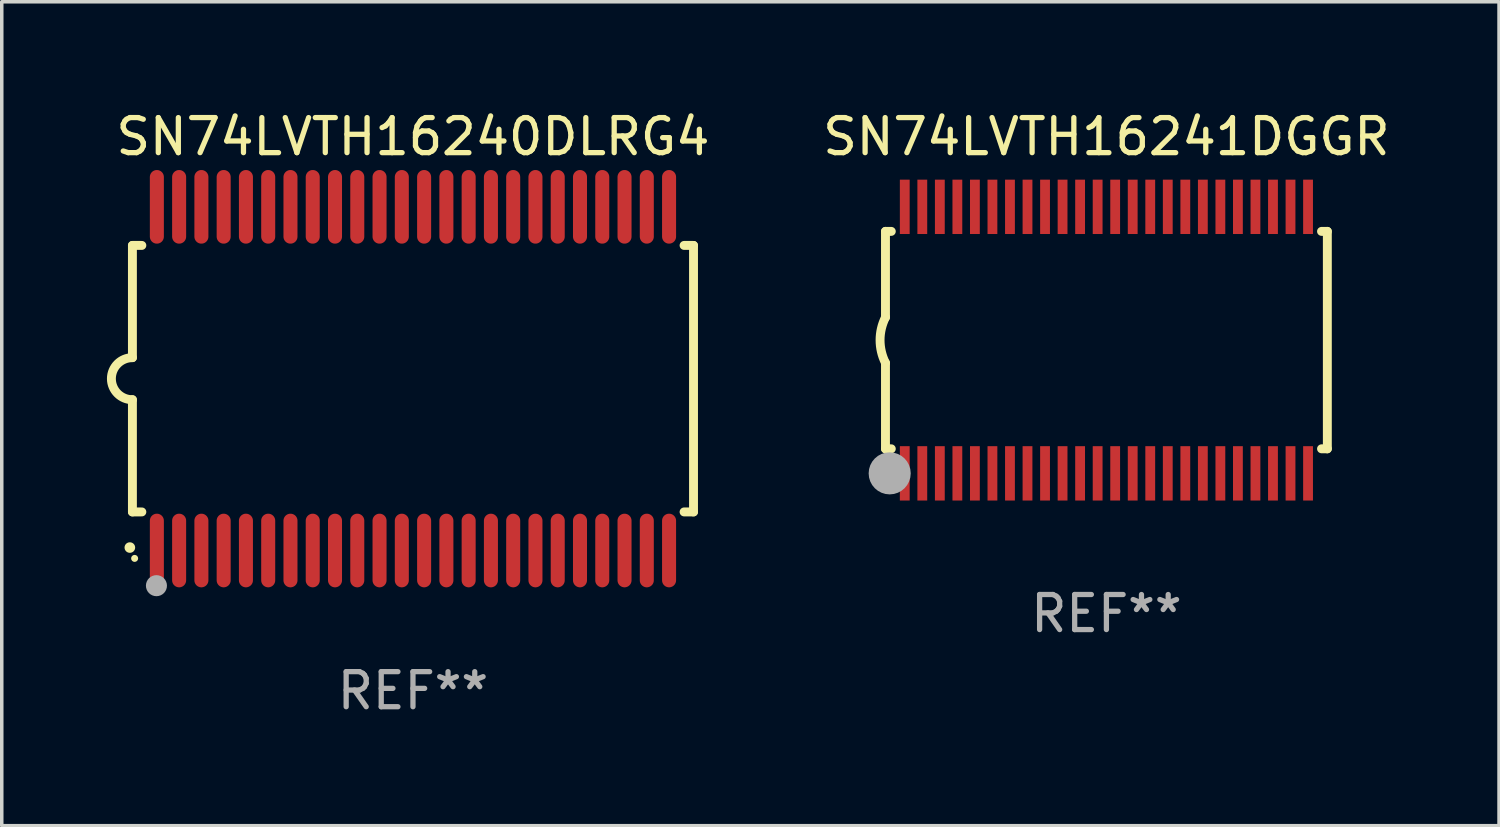
<source format=kicad_pcb>
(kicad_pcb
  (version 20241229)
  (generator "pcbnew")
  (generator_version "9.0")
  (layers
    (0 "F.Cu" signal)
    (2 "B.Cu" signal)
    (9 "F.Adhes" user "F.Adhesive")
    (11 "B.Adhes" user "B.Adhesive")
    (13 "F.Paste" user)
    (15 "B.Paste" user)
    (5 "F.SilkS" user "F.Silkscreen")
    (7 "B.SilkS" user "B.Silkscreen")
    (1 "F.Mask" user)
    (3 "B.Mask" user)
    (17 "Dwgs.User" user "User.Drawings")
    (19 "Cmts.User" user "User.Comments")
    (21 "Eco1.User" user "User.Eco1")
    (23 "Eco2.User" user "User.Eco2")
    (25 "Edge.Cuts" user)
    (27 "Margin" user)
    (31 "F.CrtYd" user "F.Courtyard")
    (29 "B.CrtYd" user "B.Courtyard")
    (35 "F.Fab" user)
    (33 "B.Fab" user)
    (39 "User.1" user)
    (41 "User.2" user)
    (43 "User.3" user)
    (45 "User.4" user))
  (footprint "SN74LVTH16241DGGR"
    (layer "F.Cu")
    (at 28.5 6.648)
    (property "Reference" "SN74LVTH16241DGGR" (at 0 -5.8 0) (layer "F.SilkS") (effects (font (size 1 1) (thickness 0.15))))
    (attr through_hole)
    (fp_line (start -6.3 -3.1) (end -6.3 -0.65) (stroke (width 0.254) (type solid)) (layer "F.SilkS"))
    (fp_line (start -6.3 -3.1) (end -6.134 -3.1) (stroke (width 0.254) (type solid)) (layer "F.SilkS"))
    (fp_line (start -6.3 3.1) (end -6.3 0.65) (stroke (width 0.254) (type solid)) (layer "F.SilkS"))
    (fp_line (start -6.3 3.1) (end -6.134 3.1) (stroke (width 0.254) (type solid)) (layer "F.SilkS"))
    (fp_line (start 6.134 -3.1) (end 6.3 -3.1) (stroke (width 0.254) (type solid)) (layer "F.SilkS"))
    (fp_line (start 6.134 3.1) (end 6.3 3.1) (stroke (width 0.254) (type solid)) (layer "F.SilkS"))
    (fp_line (start 6.3 -3.1) (end 6.3 3.1) (stroke (width 0.254) (type solid)) (layer "F.SilkS"))
    (fp_arc (start -6.301016 0.650114) (mid -6.45413 -0.000082) (end -6.3 -0.650038) (stroke (width 0.254001) (type solid)) (layer "F.SilkS"))
    (fp_circle (center -6.35 3.81) (end -6.223 3.81) (stroke (width 0.254) (type solid)) (fill no) (layer "F.SilkS"))
    (fp_circle (center -6.25 4.05) (end -6.22 4.05) (stroke (width 0.06) (type solid)) (fill no) (layer "F.SilkS"))
    (fp_circle (center -6.18 3.8) (end -5.88 3.8) (stroke (width 0.6) (type solid)) (fill no) (layer "F.Fab"))
    (fp_text user "REF**" (at 0 7.8 0) (layer "F.Fab") (effects (font (size 1 1) (thickness 0.15))))
    (pad "1" smd rect (at -5.75 3.8) (size 0.28 1.55) (layers "F.Cu" "F.Mask" "F.Paste"))
    (pad "2" smd rect (at -5.25 3.8) (size 0.28 1.55) (layers "F.Cu" "F.Mask" "F.Paste"))
    (pad "3" smd rect (at -4.75 3.8) (size 0.28 1.55) (layers "F.Cu" "F.Mask" "F.Paste"))
    (pad "4" smd rect (at -4.25 3.8) (size 0.28 1.55) (layers "F.Cu" "F.Mask" "F.Paste"))
    (pad "5" smd rect (at -3.75 3.8) (size 0.28 1.55) (layers "F.Cu" "F.Mask" "F.Paste"))
    (pad "6" smd rect (at -3.25 3.8) (size 0.28 1.55) (layers "F.Cu" "F.Mask" "F.Paste"))
    (pad "7" smd rect (at -2.75 3.8) (size 0.28 1.55) (layers "F.Cu" "F.Mask" "F.Paste"))
    (pad "8" smd rect (at -2.25 3.8) (size 0.28 1.55) (layers "F.Cu" "F.Mask" "F.Paste"))
    (pad "9" smd rect (at -1.75 3.8) (size 0.28 1.55) (layers "F.Cu" "F.Mask" "F.Paste"))
    (pad "10" smd rect (at -1.25 3.8) (size 0.28 1.55) (layers "F.Cu" "F.Mask" "F.Paste"))
    (pad "11" smd rect (at -0.75 3.8) (size 0.28 1.55) (layers "F.Cu" "F.Mask" "F.Paste"))
    (pad "12" smd rect (at -0.25 3.8) (size 0.28 1.55) (layers "F.Cu" "F.Mask" "F.Paste"))
    (pad "13" smd rect (at 0.25 3.8) (size 0.28 1.55) (layers "F.Cu" "F.Mask" "F.Paste"))
    (pad "14" smd rect (at 0.75 3.8) (size 0.28 1.55) (layers "F.Cu" "F.Mask" "F.Paste"))
    (pad "15" smd rect (at 1.25 3.8) (size 0.28 1.55) (layers "F.Cu" "F.Mask" "F.Paste"))
    (pad "16" smd rect (at 1.75 3.8) (size 0.28 1.55) (layers "F.Cu" "F.Mask" "F.Paste"))
    (pad "17" smd rect (at 2.25 3.8) (size 0.28 1.55) (layers "F.Cu" "F.Mask" "F.Paste"))
    (pad "18" smd rect (at 2.75 3.8) (size 0.28 1.55) (layers "F.Cu" "F.Mask" "F.Paste"))
    (pad "19" smd rect (at 3.25 3.8) (size 0.28 1.55) (layers "F.Cu" "F.Mask" "F.Paste"))
    (pad "20" smd rect (at 3.75 3.8) (size 0.28 1.55) (layers "F.Cu" "F.Mask" "F.Paste"))
    (pad "21" smd rect (at 4.25 3.8) (size 0.28 1.55) (layers "F.Cu" "F.Mask" "F.Paste"))
    (pad "22" smd rect (at 4.75 3.8) (size 0.28 1.55) (layers "F.Cu" "F.Mask" "F.Paste"))
    (pad "23" smd rect (at 5.25 3.8) (size 0.28 1.55) (layers "F.Cu" "F.Mask" "F.Paste"))
    (pad "24" smd rect (at 5.75 3.8) (size 0.28 1.55) (layers "F.Cu" "F.Mask" "F.Paste"))
    (pad "25" smd rect (at 5.75 -3.8) (size 0.28 1.55) (layers "F.Cu" "F.Mask" "F.Paste"))
    (pad "26" smd rect (at 5.25 -3.8) (size 0.28 1.55) (layers "F.Cu" "F.Mask" "F.Paste"))
    (pad "27" smd rect (at 4.75 -3.8) (size 0.28 1.55) (layers "F.Cu" "F.Mask" "F.Paste"))
    (pad "28" smd rect (at 4.25 -3.8) (size 0.28 1.55) (layers "F.Cu" "F.Mask" "F.Paste"))
    (pad "29" smd rect (at 3.75 -3.8) (size 0.28 1.55) (layers "F.Cu" "F.Mask" "F.Paste"))
    (pad "30" smd rect (at 3.25 -3.8) (size 0.28 1.55) (layers "F.Cu" "F.Mask" "F.Paste"))
    (pad "31" smd rect (at 2.75 -3.8) (size 0.28 1.55) (layers "F.Cu" "F.Mask" "F.Paste"))
    (pad "32" smd rect (at 2.25 -3.8) (size 0.28 1.55) (layers "F.Cu" "F.Mask" "F.Paste"))
    (pad "33" smd rect (at 1.75 -3.8) (size 0.28 1.55) (layers "F.Cu" "F.Mask" "F.Paste"))
    (pad "34" smd rect (at 1.25 -3.8) (size 0.28 1.55) (layers "F.Cu" "F.Mask" "F.Paste"))
    (pad "35" smd rect (at 0.75 -3.8) (size 0.28 1.55) (layers "F.Cu" "F.Mask" "F.Paste"))
    (pad "36" smd rect (at 0.25 -3.8) (size 0.28 1.55) (layers "F.Cu" "F.Mask" "F.Paste"))
    (pad "37" smd rect (at -0.25 -3.8) (size 0.28 1.55) (layers "F.Cu" "F.Mask" "F.Paste"))
    (pad "38" smd rect (at -0.75 -3.8) (size 0.28 1.55) (layers "F.Cu" "F.Mask" "F.Paste"))
    (pad "39" smd rect (at -1.25 -3.8) (size 0.28 1.55) (layers "F.Cu" "F.Mask" "F.Paste"))
    (pad "40" smd rect (at -1.75 -3.8) (size 0.28 1.55) (layers "F.Cu" "F.Mask" "F.Paste"))
    (pad "41" smd rect (at -2.25 -3.8) (size 0.28 1.55) (layers "F.Cu" "F.Mask" "F.Paste"))
    (pad "42" smd rect (at -2.75 -3.8) (size 0.28 1.55) (layers "F.Cu" "F.Mask" "F.Paste"))
    (pad "43" smd rect (at -3.25 -3.8) (size 0.28 1.55) (layers "F.Cu" "F.Mask" "F.Paste"))
    (pad "44" smd rect (at -3.75 -3.8) (size 0.28 1.55) (layers "F.Cu" "F.Mask" "F.Paste"))
    (pad "45" smd rect (at -4.25 -3.8) (size 0.28 1.55) (layers "F.Cu" "F.Mask" "F.Paste"))
    (pad "46" smd rect (at -4.75 -3.8) (size 0.28 1.55) (layers "F.Cu" "F.Mask" "F.Paste"))
    (pad "47" smd rect (at -5.25 -3.8) (size 0.28 1.55) (layers "F.Cu" "F.Mask" "F.Paste"))
    (pad "48" smd rect (at -5.75 -3.8) (size 0.28 1.55) (layers "F.Cu" "F.Mask" "F.Paste")))
  (footprint "SN74LVTH16240DLRG4"
    (layer "F.Cu")
    (at 8.726 7.748)
    (property "Reference" "SN74LVTH16240DLRG4" (at 0 -6.9 0) (layer "F.SilkS") (effects (font (size 1 1) (thickness 0.15))))
    (attr through_hole)
    (fp_line (start -8 -3.8) (end -8 -0.599) (stroke (width 0.254) (type solid)) (layer "F.SilkS"))
    (fp_line (start -8 -3.8) (end -7.731 -3.8) (stroke (width 0.254) (type solid)) (layer "F.SilkS"))
    (fp_line (start -8 3.8) (end -8 0.599) (stroke (width 0.254) (type solid)) (layer "F.SilkS"))
    (fp_line (start -7.731 3.8) (end -8 3.8) (stroke (width 0.254) (type solid)) (layer "F.SilkS"))
    (fp_line (start 7.731 -3.8) (end 8 -3.8) (stroke (width 0.254) (type solid)) (layer "F.SilkS"))
    (fp_line (start 8 -3.8) (end 8 3.8) (stroke (width 0.254) (type solid)) (layer "F.SilkS"))
    (fp_line (start 8 3.8) (end 7.731 3.8) (stroke (width 0.254) (type solid)) (layer "F.SilkS"))
    (fp_arc (start -8.074676 4.81585) (mid -8.073406 4.815845) (end -8.072136 4.81585) (stroke (width 0.3) (type solid)) (layer "F.SilkS"))
    (fp_arc (start -8.000025 0.6) (mid -8.598908 0.00056) (end -8.000027 -0.598882) (stroke (width 0.254001) (type solid)) (layer "F.SilkS"))
    (fp_circle (center -7.937 5.125) (end -7.887 5.125) (stroke (width 0.1) (type solid)) (fill no) (layer "F.SilkS"))
    (fp_circle (center -7.315 5.903) (end -7.165 5.903) (stroke (width 0.3) (type solid)) (fill no) (layer "F.Fab"))
    (fp_text user "REF**" (at 0 8.9 0) (layer "F.Fab") (effects (font (size 1 1) (thickness 0.15))))
    (pad "1" smd oval (at -7.303 4.9) (size 0.4 2.1) (layers "F.Cu" "F.Mask" "F.Paste"))
    (pad "2" smd oval (at -6.668 4.9) (size 0.4 2.1) (layers "F.Cu" "F.Mask" "F.Paste"))
    (pad "3" smd oval (at -6.033 4.9) (size 0.4 2.1) (layers "F.Cu" "F.Mask" "F.Paste"))
    (pad "4" smd oval (at -5.398 4.9) (size 0.4 2.1) (layers "F.Cu" "F.Mask" "F.Paste"))
    (pad "5" smd oval (at -4.763 4.9) (size 0.4 2.1) (layers "F.Cu" "F.Mask" "F.Paste"))
    (pad "6" smd oval (at -4.128 4.9) (size 0.4 2.1) (layers "F.Cu" "F.Mask" "F.Paste"))
    (pad "7" smd oval (at -3.493 4.9) (size 0.4 2.1) (layers "F.Cu" "F.Mask" "F.Paste"))
    (pad "8" smd oval (at -2.858 4.9) (size 0.4 2.1) (layers "F.Cu" "F.Mask" "F.Paste"))
    (pad "9" smd oval (at -2.223 4.9) (size 0.4 2.1) (layers "F.Cu" "F.Mask" "F.Paste"))
    (pad "10" smd oval (at -1.588 4.9) (size 0.4 2.1) (layers "F.Cu" "F.Mask" "F.Paste"))
    (pad "11" smd oval (at -0.953 4.9) (size 0.4 2.1) (layers "F.Cu" "F.Mask" "F.Paste"))
    (pad "12" smd oval (at -0.318 4.9) (size 0.4 2.1) (layers "F.Cu" "F.Mask" "F.Paste"))
    (pad "13" smd oval (at 0.318 4.9) (size 0.4 2.1) (layers "F.Cu" "F.Mask" "F.Paste"))
    (pad "14" smd oval (at 0.953 4.9) (size 0.4 2.1) (layers "F.Cu" "F.Mask" "F.Paste"))
    (pad "15" smd oval (at 1.588 4.9) (size 0.4 2.1) (layers "F.Cu" "F.Mask" "F.Paste"))
    (pad "16" smd oval (at 2.223 4.9) (size 0.4 2.1) (layers "F.Cu" "F.Mask" "F.Paste"))
    (pad "17" smd oval (at 2.858 4.9) (size 0.4 2.1) (layers "F.Cu" "F.Mask" "F.Paste"))
    (pad "18" smd oval (at 3.493 4.9) (size 0.4 2.1) (layers "F.Cu" "F.Mask" "F.Paste"))
    (pad "19" smd oval (at 4.128 4.9) (size 0.4 2.1) (layers "F.Cu" "F.Mask" "F.Paste"))
    (pad "20" smd oval (at 4.763 4.9) (size 0.4 2.1) (layers "F.Cu" "F.Mask" "F.Paste"))
    (pad "21" smd oval (at 5.398 4.9) (size 0.4 2.1) (layers "F.Cu" "F.Mask" "F.Paste"))
    (pad "22" smd oval (at 6.033 4.9) (size 0.4 2.1) (layers "F.Cu" "F.Mask" "F.Paste"))
    (pad "23" smd oval (at 6.668 4.9) (size 0.4 2.1) (layers "F.Cu" "F.Mask" "F.Paste"))
    (pad "24" smd oval (at 7.303 4.9) (size 0.4 2.1) (layers "F.Cu" "F.Mask" "F.Paste"))
    (pad "25" smd oval (at 7.303 -4.9 180) (size 0.4 2.1) (layers "F.Cu" "F.Mask" "F.Paste"))
    (pad "26" smd oval (at 6.668 -4.9 180) (size 0.4 2.1) (layers "F.Cu" "F.Mask" "F.Paste"))
    (pad "27" smd oval (at 6.033 -4.9 180) (size 0.4 2.1) (layers "F.Cu" "F.Mask" "F.Paste"))
    (pad "28" smd oval (at 5.398 -4.9 180) (size 0.4 2.1) (layers "F.Cu" "F.Mask" "F.Paste"))
    (pad "29" smd oval (at 4.763 -4.9 180) (size 0.4 2.1) (layers "F.Cu" "F.Mask" "F.Paste"))
    (pad "30" smd oval (at 4.128 -4.9 180) (size 0.4 2.1) (layers "F.Cu" "F.Mask" "F.Paste"))
    (pad "31" smd oval (at 3.493 -4.9 180) (size 0.4 2.1) (layers "F.Cu" "F.Mask" "F.Paste"))
    (pad "32" smd oval (at 2.858 -4.9 180) (size 0.4 2.1) (layers "F.Cu" "F.Mask" "F.Paste"))
    (pad "33" smd oval (at 2.223 -4.9 180) (size 0.4 2.1) (layers "F.Cu" "F.Mask" "F.Paste"))
    (pad "34" smd oval (at 1.588 -4.9 180) (size 0.4 2.1) (layers "F.Cu" "F.Mask" "F.Paste"))
    (pad "35" smd oval (at 0.953 -4.9 180) (size 0.4 2.1) (layers "F.Cu" "F.Mask" "F.Paste"))
    (pad "36" smd oval (at 0.318 -4.9 180) (size 0.4 2.1) (layers "F.Cu" "F.Mask" "F.Paste"))
    (pad "37" smd oval (at -0.318 -4.9 180) (size 0.4 2.1) (layers "F.Cu" "F.Mask" "F.Paste"))
    (pad "38" smd oval (at -0.953 -4.9 180) (size 0.4 2.1) (layers "F.Cu" "F.Mask" "F.Paste"))
    (pad "39" smd oval (at -1.588 -4.9 180) (size 0.4 2.1) (layers "F.Cu" "F.Mask" "F.Paste"))
    (pad "40" smd oval (at -2.223 -4.9 180) (size 0.4 2.1) (layers "F.Cu" "F.Mask" "F.Paste"))
    (pad "41" smd oval (at -2.858 -4.9 180) (size 0.4 2.1) (layers "F.Cu" "F.Mask" "F.Paste"))
    (pad "42" smd oval (at -3.493 -4.9 180) (size 0.4 2.1) (layers "F.Cu" "F.Mask" "F.Paste"))
    (pad "43" smd oval (at -4.128 -4.9 180) (size 0.4 2.1) (layers "F.Cu" "F.Mask" "F.Paste"))
    (pad "44" smd oval (at -4.763 -4.9 180) (size 0.4 2.1) (layers "F.Cu" "F.Mask" "F.Paste"))
    (pad "45" smd oval (at -5.398 -4.9 180) (size 0.4 2.1) (layers "F.Cu" "F.Mask" "F.Paste"))
    (pad "46" smd oval (at -6.033 -4.9 180) (size 0.4 2.1) (layers "F.Cu" "F.Mask" "F.Paste"))
    (pad "47" smd oval (at -6.668 -4.9 180) (size 0.4 2.1) (layers "F.Cu" "F.Mask" "F.Paste"))
    (pad "48" smd oval (at -7.303 -4.9 180) (size 0.4 2.1) (layers "F.Cu" "F.Mask" "F.Paste")))
  (gr_rect
    (start -3 -3)
    (end 39.696 20.496)
    (stroke (width 0.1) (type default))
    (fill no)
    (layer "Edge.Cuts")))
</source>
